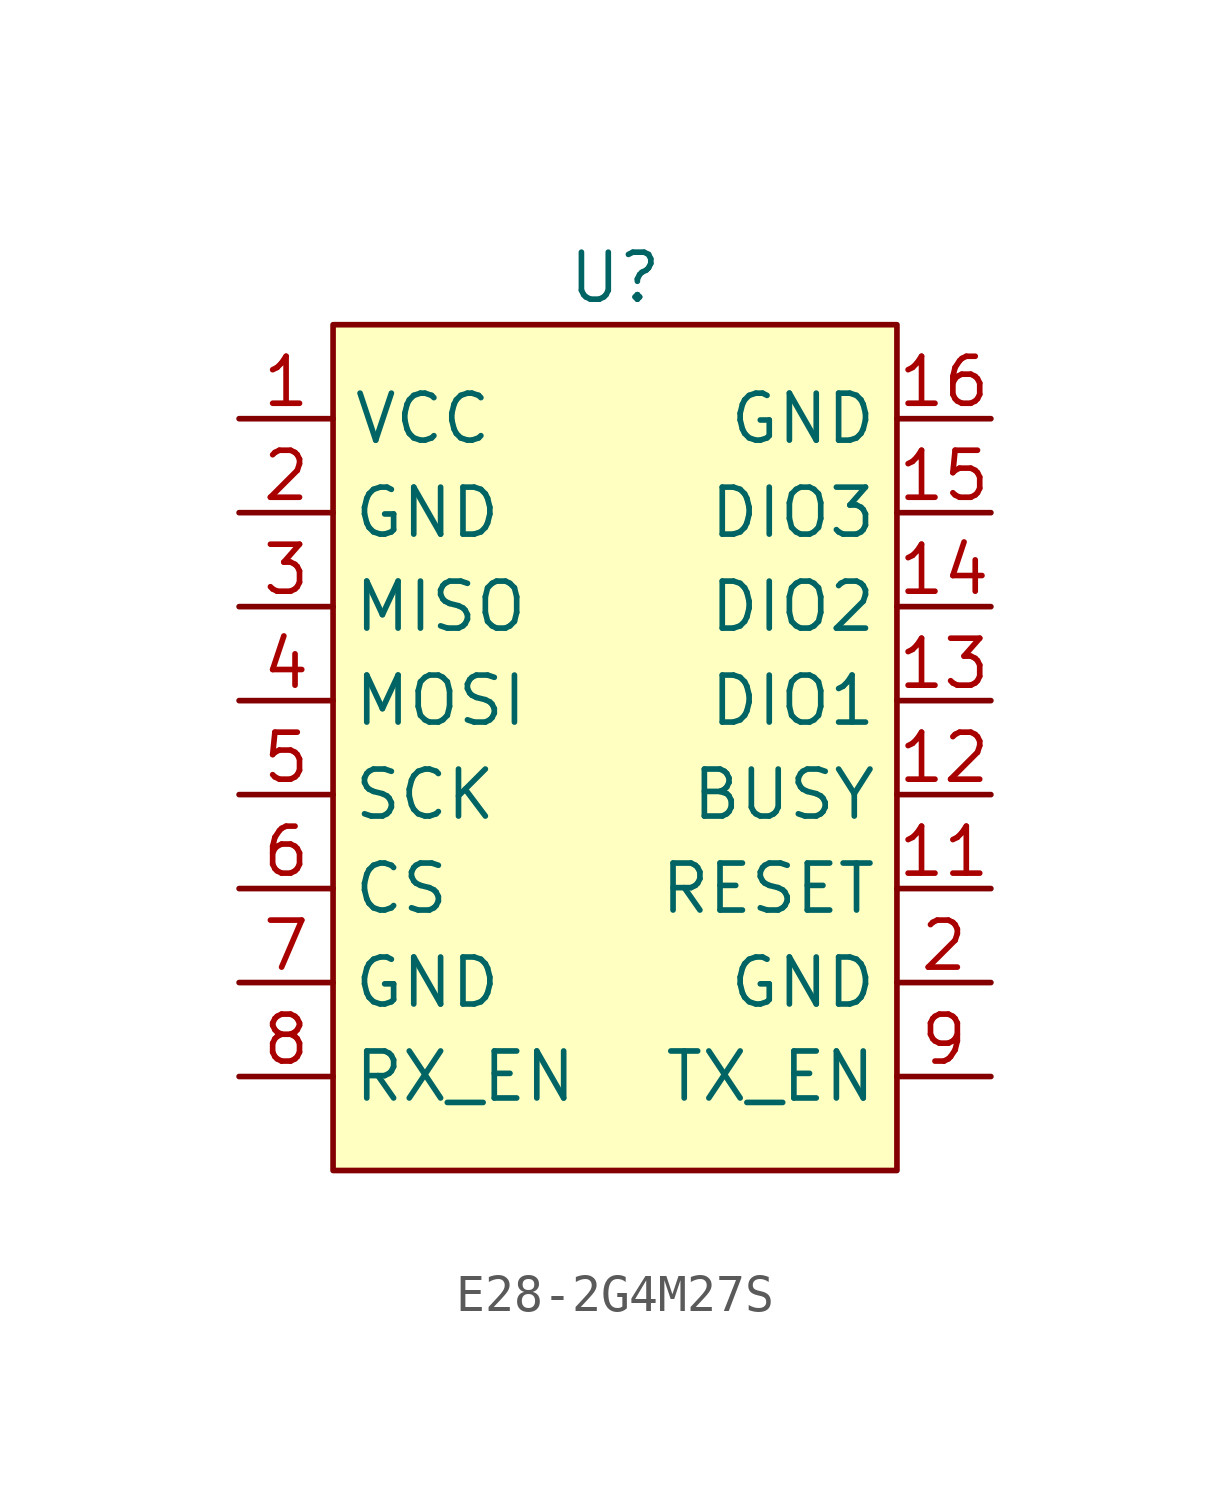
<source format=kicad_sym>
(kicad_symbol_lib
  (version 20231120)
  (generator "kicad_symbol_editor")
  (generator_version "8.0")
  (symbol "E28-2G4M27S"
    (property "Reference" "U"
      (at 0 0 0)
      (effects (font (size 1.27 1.27))))
    (property "Value" ""
      (at 0 0 0)
      (effects (font (size 1.27 1.27))))
    (symbol "E28-2G4M27S_1_1"
      (rectangle (start -7.62 -1.27) (end 7.62 -24.13) (stroke (width 0) (type default)) (fill (type background)))
      (pin power_in line (at -10.16 -3.81 0) (length 2.54) (name "VCC" (effects (font (size 1.27 1.27)))) (number "1" (effects (font (size 1.27 1.27)))))
      (pin bidirectional line (at 10.16 -16.51 180) (length 2.54) (name "RESET" (effects (font (size 1.27 1.27)))) (number "11" (effects (font (size 1.27 1.27)))))
      (pin bidirectional line (at 10.16 -13.97 180) (length 2.54) (name "BUSY" (effects (font (size 1.27 1.27)))) (number "12" (effects (font (size 1.27 1.27)))))
      (pin bidirectional line (at 10.16 -11.43 180) (length 2.54) (name "DIO1" (effects (font (size 1.27 1.27)))) (number "13" (effects (font (size 1.27 1.27)))))
      (pin bidirectional line (at 10.16 -8.89 180) (length 2.54) (name "DIO2" (effects (font (size 1.27 1.27)))) (number "14" (effects (font (size 1.27 1.27)))))
      (pin bidirectional line (at 10.16 -6.35 180) (length 2.54) (name "DIO3" (effects (font (size 1.27 1.27)))) (number "15" (effects (font (size 1.27 1.27)))))
      (pin bidirectional line (at 10.16 -3.81 180) (length 2.54) (name "GND" (effects (font (size 1.27 1.27)))) (number "16" (effects (font (size 1.27 1.27)))))
      (pin bidirectional line (at -10.16 -6.35 0) (length 2.54) (name "GND" (effects (font (size 1.27 1.27)))) (number "2" (effects (font (size 1.27 1.27)))))
      (pin bidirectional line (at 10.16 -19.05 180) (length 2.54) (name "GND" (effects (font (size 1.27 1.27)))) (number "2" (effects (font (size 1.27 1.27)))))
      (pin bidirectional line (at -10.16 -8.89 0) (length 2.54) (name "MISO" (effects (font (size 1.27 1.27)))) (number "3" (effects (font (size 1.27 1.27)))))
      (pin bidirectional line (at -10.16 -11.43 0) (length 2.54) (name "MOSI" (effects (font (size 1.27 1.27)))) (number "4" (effects (font (size 1.27 1.27)))))
      (pin bidirectional line (at -10.16 -13.97 0) (length 2.54) (name "SCK" (effects (font (size 1.27 1.27)))) (number "5" (effects (font (size 1.27 1.27)))))
      (pin bidirectional line (at -10.16 -16.51 0) (length 2.54) (name "CS" (effects (font (size 1.27 1.27)))) (number "6" (effects (font (size 1.27 1.27)))))
      (pin bidirectional line (at -10.16 -19.05 0) (length 2.54) (name "GND" (effects (font (size 1.27 1.27)))) (number "7" (effects (font (size 1.27 1.27)))))
      (pin bidirectional line (at -10.16 -21.59 0) (length 2.54) (name "RX_EN" (effects (font (size 1.27 1.27)))) (number "8" (effects (font (size 1.27 1.27)))))
      (pin bidirectional line (at 10.16 -21.59 180) (length 2.54) (name "TX_EN" (effects (font (size 1.27 1.27)))) (number "9" (effects (font (size 1.27 1.27))))))))
</source>
